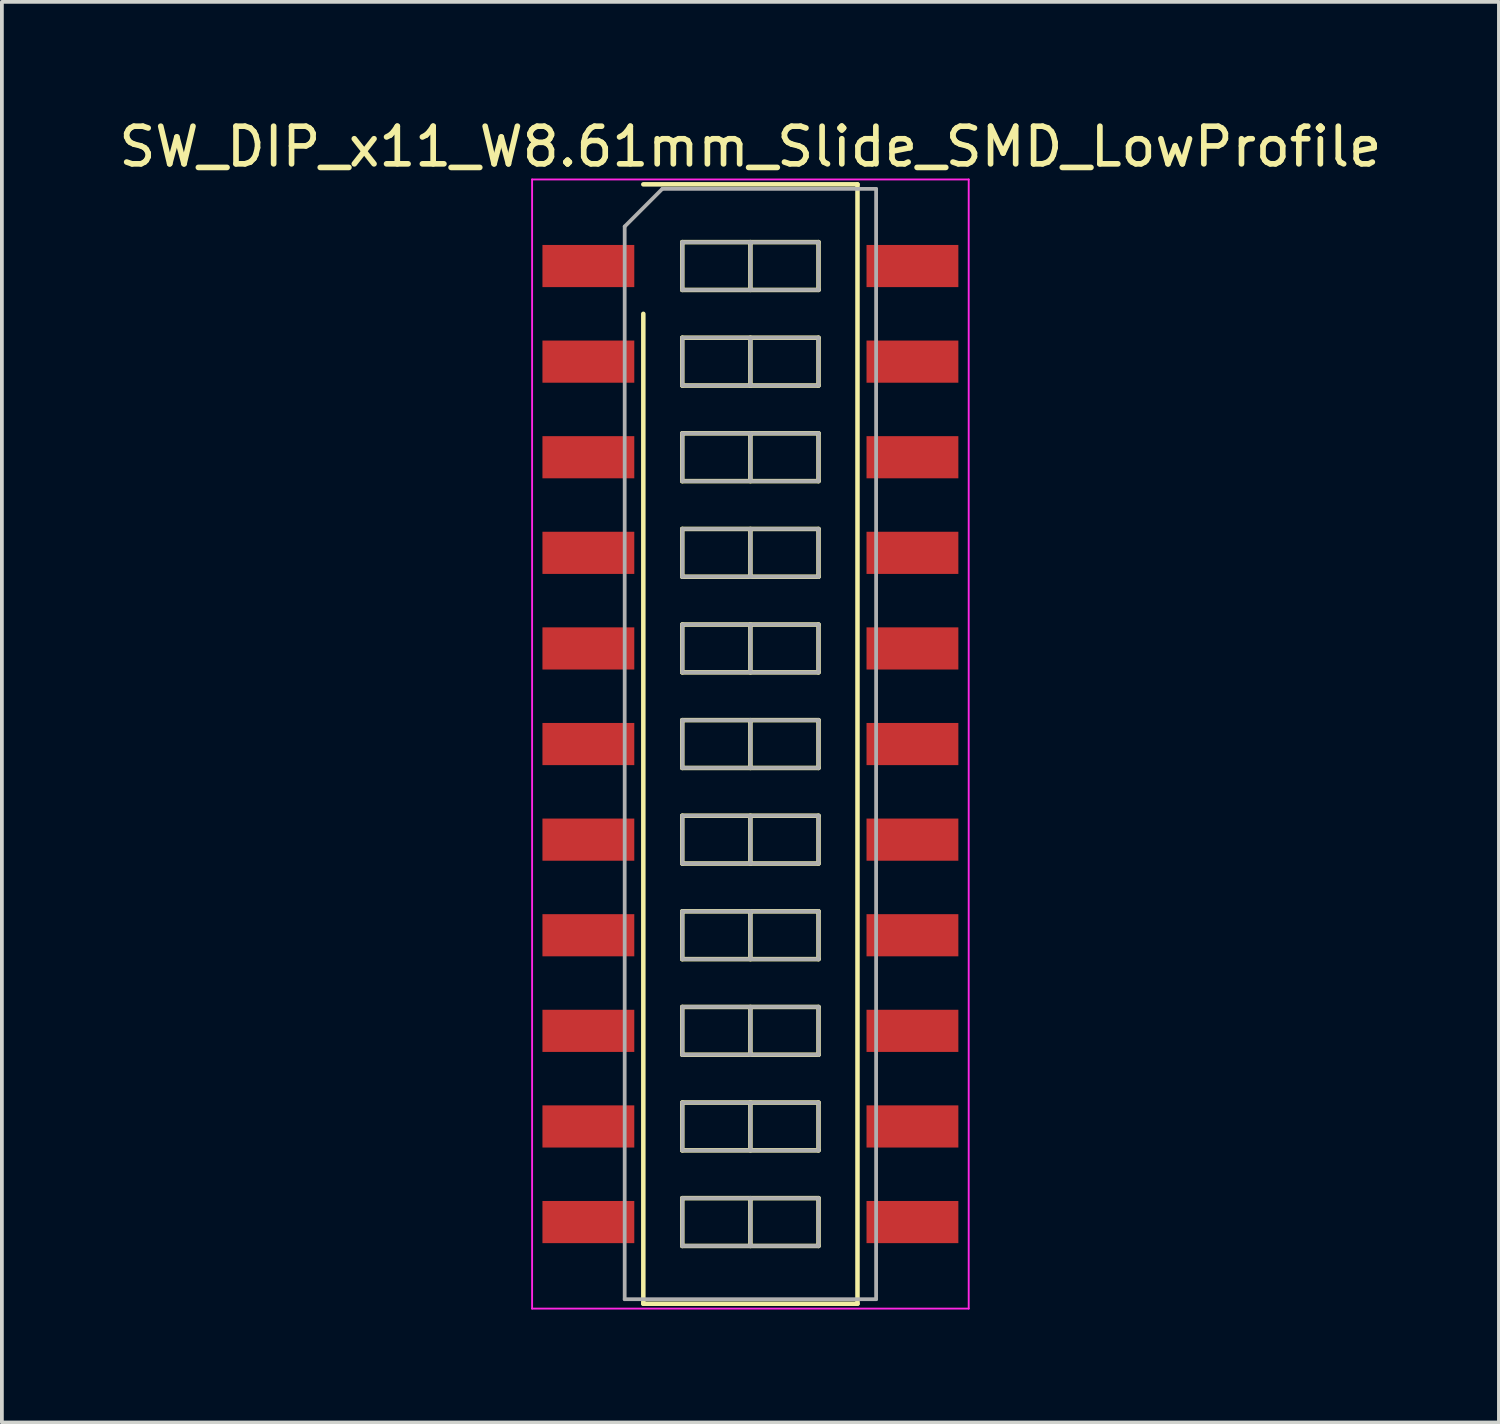
<source format=kicad_pcb>
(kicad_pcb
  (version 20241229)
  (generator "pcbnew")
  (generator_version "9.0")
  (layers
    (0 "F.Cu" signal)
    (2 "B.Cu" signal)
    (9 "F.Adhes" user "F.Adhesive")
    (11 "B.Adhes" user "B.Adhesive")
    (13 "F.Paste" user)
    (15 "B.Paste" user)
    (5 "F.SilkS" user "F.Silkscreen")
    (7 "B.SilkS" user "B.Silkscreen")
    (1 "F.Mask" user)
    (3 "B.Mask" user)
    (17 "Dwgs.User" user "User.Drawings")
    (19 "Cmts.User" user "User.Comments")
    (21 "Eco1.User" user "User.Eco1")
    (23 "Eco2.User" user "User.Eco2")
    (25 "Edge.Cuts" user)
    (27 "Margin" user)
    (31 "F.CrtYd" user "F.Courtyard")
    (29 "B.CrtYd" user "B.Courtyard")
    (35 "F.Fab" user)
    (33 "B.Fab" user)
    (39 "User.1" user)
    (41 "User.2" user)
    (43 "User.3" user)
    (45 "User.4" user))
  (footprint "SW_DIP_x11_W8.61mm_Slide_SMD_LowProfile"
    (layer "F.Cu")
    (at 16.887 16.718)
    (property "Reference" "SW_DIP_x11_W8.61mm_Slide_SMD_LowProfile" (at 0 -15.87 0) (layer "F.SilkS") (effects (font (size 1 1) (thickness 0.15))))
    (attr smd)
    (fp_line (start -2.845 -14.87) (end 2.845 -14.87) (stroke (width 0.12) (type solid)) (layer "F.SilkS"))
    (fp_line (start -2.845 14.87) (end -2.845 -11.43) (stroke (width 0.12) (type solid)) (layer "F.SilkS"))
    (fp_line (start -1.81 -13.335) (end -1.81 -12.065) (stroke (width 0.12) (type solid)) (layer "F.SilkS"))
    (fp_line (start -1.81 -12.065) (end 1.81 -12.065) (stroke (width 0.12) (type solid)) (layer "F.SilkS"))
    (fp_line (start -1.81 -10.795) (end -1.81 -9.525) (stroke (width 0.12) (type solid)) (layer "F.SilkS"))
    (fp_line (start -1.81 -9.525) (end 1.81 -9.525) (stroke (width 0.12) (type solid)) (layer "F.SilkS"))
    (fp_line (start -1.81 -8.255) (end -1.81 -6.985) (stroke (width 0.12) (type solid)) (layer "F.SilkS"))
    (fp_line (start -1.81 -6.985) (end 1.81 -6.985) (stroke (width 0.12) (type solid)) (layer "F.SilkS"))
    (fp_line (start -1.81 -5.715) (end -1.81 -4.445) (stroke (width 0.12) (type solid)) (layer "F.SilkS"))
    (fp_line (start -1.81 -4.445) (end 1.81 -4.445) (stroke (width 0.12) (type solid)) (layer "F.SilkS"))
    (fp_line (start -1.81 -3.175) (end -1.81 -1.905) (stroke (width 0.12) (type solid)) (layer "F.SilkS"))
    (fp_line (start -1.81 -1.905) (end 1.81 -1.905) (stroke (width 0.12) (type solid)) (layer "F.SilkS"))
    (fp_line (start -1.81 -0.635) (end -1.81 0.635) (stroke (width 0.12) (type solid)) (layer "F.SilkS"))
    (fp_line (start -1.81 0.635) (end 1.81 0.635) (stroke (width 0.12) (type solid)) (layer "F.SilkS"))
    (fp_line (start -1.81 1.905) (end -1.81 3.175) (stroke (width 0.12) (type solid)) (layer "F.SilkS"))
    (fp_line (start -1.81 3.175) (end 1.81 3.175) (stroke (width 0.12) (type solid)) (layer "F.SilkS"))
    (fp_line (start -1.81 4.445) (end -1.81 5.715) (stroke (width 0.12) (type solid)) (layer "F.SilkS"))
    (fp_line (start -1.81 5.715) (end 1.81 5.715) (stroke (width 0.12) (type solid)) (layer "F.SilkS"))
    (fp_line (start -1.81 6.985) (end -1.81 8.255) (stroke (width 0.12) (type solid)) (layer "F.SilkS"))
    (fp_line (start -1.81 8.255) (end 1.81 8.255) (stroke (width 0.12) (type solid)) (layer "F.SilkS"))
    (fp_line (start -1.81 9.525) (end -1.81 10.795) (stroke (width 0.12) (type solid)) (layer "F.SilkS"))
    (fp_line (start -1.81 10.795) (end 1.81 10.795) (stroke (width 0.12) (type solid)) (layer "F.SilkS"))
    (fp_line (start -1.81 12.065) (end -1.81 13.335) (stroke (width 0.12) (type solid)) (layer "F.SilkS"))
    (fp_line (start -1.81 13.335) (end 1.81 13.335) (stroke (width 0.12) (type solid)) (layer "F.SilkS"))
    (fp_line (start 0 -13.335) (end 0 -12.065) (stroke (width 0.12) (type solid)) (layer "F.SilkS"))
    (fp_line (start 0 -10.795) (end 0 -9.525) (stroke (width 0.12) (type solid)) (layer "F.SilkS"))
    (fp_line (start 0 -8.255) (end 0 -6.985) (stroke (width 0.12) (type solid)) (layer "F.SilkS"))
    (fp_line (start 0 -5.715) (end 0 -4.445) (stroke (width 0.12) (type solid)) (layer "F.SilkS"))
    (fp_line (start 0 -3.175) (end 0 -1.905) (stroke (width 0.12) (type solid)) (layer "F.SilkS"))
    (fp_line (start 0 -0.635) (end 0 0.635) (stroke (width 0.12) (type solid)) (layer "F.SilkS"))
    (fp_line (start 0 1.905) (end 0 3.175) (stroke (width 0.12) (type solid)) (layer "F.SilkS"))
    (fp_line (start 0 4.445) (end 0 5.715) (stroke (width 0.12) (type solid)) (layer "F.SilkS"))
    (fp_line (start 0 6.985) (end 0 8.255) (stroke (width 0.12) (type solid)) (layer "F.SilkS"))
    (fp_line (start 0 9.525) (end 0 10.795) (stroke (width 0.12) (type solid)) (layer "F.SilkS"))
    (fp_line (start 0 12.065) (end 0 13.335) (stroke (width 0.12) (type solid)) (layer "F.SilkS"))
    (fp_line (start 1.81 -13.335) (end -1.81 -13.335) (stroke (width 0.12) (type solid)) (layer "F.SilkS"))
    (fp_line (start 1.81 -12.065) (end 1.81 -13.335) (stroke (width 0.12) (type solid)) (layer "F.SilkS"))
    (fp_line (start 1.81 -10.795) (end -1.81 -10.795) (stroke (width 0.12) (type solid)) (layer "F.SilkS"))
    (fp_line (start 1.81 -9.525) (end 1.81 -10.795) (stroke (width 0.12) (type solid)) (layer "F.SilkS"))
    (fp_line (start 1.81 -8.255) (end -1.81 -8.255) (stroke (width 0.12) (type solid)) (layer "F.SilkS"))
    (fp_line (start 1.81 -6.985) (end 1.81 -8.255) (stroke (width 0.12) (type solid)) (layer "F.SilkS"))
    (fp_line (start 1.81 -5.715) (end -1.81 -5.715) (stroke (width 0.12) (type solid)) (layer "F.SilkS"))
    (fp_line (start 1.81 -4.445) (end 1.81 -5.715) (stroke (width 0.12) (type solid)) (layer "F.SilkS"))
    (fp_line (start 1.81 -3.175) (end -1.81 -3.175) (stroke (width 0.12) (type solid)) (layer "F.SilkS"))
    (fp_line (start 1.81 -1.905) (end 1.81 -3.175) (stroke (width 0.12) (type solid)) (layer "F.SilkS"))
    (fp_line (start 1.81 -0.635) (end -1.81 -0.635) (stroke (width 0.12) (type solid)) (layer "F.SilkS"))
    (fp_line (start 1.81 0.635) (end 1.81 -0.635) (stroke (width 0.12) (type solid)) (layer "F.SilkS"))
    (fp_line (start 1.81 1.905) (end -1.81 1.905) (stroke (width 0.12) (type solid)) (layer "F.SilkS"))
    (fp_line (start 1.81 3.175) (end 1.81 1.905) (stroke (width 0.12) (type solid)) (layer "F.SilkS"))
    (fp_line (start 1.81 4.445) (end -1.81 4.445) (stroke (width 0.12) (type solid)) (layer "F.SilkS"))
    (fp_line (start 1.81 5.715) (end 1.81 4.445) (stroke (width 0.12) (type solid)) (layer "F.SilkS"))
    (fp_line (start 1.81 6.985) (end -1.81 6.985) (stroke (width 0.12) (type solid)) (layer "F.SilkS"))
    (fp_line (start 1.81 8.255) (end 1.81 6.985) (stroke (width 0.12) (type solid)) (layer "F.SilkS"))
    (fp_line (start 1.81 9.525) (end -1.81 9.525) (stroke (width 0.12) (type solid)) (layer "F.SilkS"))
    (fp_line (start 1.81 10.795) (end 1.81 9.525) (stroke (width 0.12) (type solid)) (layer "F.SilkS"))
    (fp_line (start 1.81 12.065) (end -1.81 12.065) (stroke (width 0.12) (type solid)) (layer "F.SilkS"))
    (fp_line (start 1.81 13.335) (end 1.81 12.065) (stroke (width 0.12) (type solid)) (layer "F.SilkS"))
    (fp_line (start 2.845 -14.87) (end 2.845 14.87) (stroke (width 0.12) (type solid)) (layer "F.SilkS"))
    (fp_line (start 2.845 14.87) (end -2.845 14.87) (stroke (width 0.12) (type solid)) (layer "F.SilkS"))
    (fp_line (start -5.8 -15) (end -5.8 15) (stroke (width 0.05) (type solid)) (layer "F.CrtYd"))
    (fp_line (start -5.8 15) (end 5.8 15) (stroke (width 0.05) (type solid)) (layer "F.CrtYd"))
    (fp_line (start 5.8 -15) (end -5.8 -15) (stroke (width 0.05) (type solid)) (layer "F.CrtYd"))
    (fp_line (start 5.8 15) (end 5.8 -15) (stroke (width 0.05) (type solid)) (layer "F.CrtYd"))
    (fp_line (start -3.34 -13.75) (end -2.34 -14.75) (stroke (width 0.1) (type solid)) (layer "F.Fab"))
    (fp_line (start -3.34 14.75) (end -3.34 -13.75) (stroke (width 0.1) (type solid)) (layer "F.Fab"))
    (fp_line (start -2.34 -14.75) (end 3.34 -14.75) (stroke (width 0.1) (type solid)) (layer "F.Fab"))
    (fp_line (start -1.81 -13.335) (end -1.81 -12.065) (stroke (width 0.1) (type solid)) (layer "F.Fab"))
    (fp_line (start -1.81 -12.065) (end 1.81 -12.065) (stroke (width 0.1) (type solid)) (layer "F.Fab"))
    (fp_line (start -1.81 -10.795) (end -1.81 -9.525) (stroke (width 0.1) (type solid)) (layer "F.Fab"))
    (fp_line (start -1.81 -9.525) (end 1.81 -9.525) (stroke (width 0.1) (type solid)) (layer "F.Fab"))
    (fp_line (start -1.81 -8.255) (end -1.81 -6.985) (stroke (width 0.1) (type solid)) (layer "F.Fab"))
    (fp_line (start -1.81 -6.985) (end 1.81 -6.985) (stroke (width 0.1) (type solid)) (layer "F.Fab"))
    (fp_line (start -1.81 -5.715) (end -1.81 -4.445) (stroke (width 0.1) (type solid)) (layer "F.Fab"))
    (fp_line (start -1.81 -4.445) (end 1.81 -4.445) (stroke (width 0.1) (type solid)) (layer "F.Fab"))
    (fp_line (start -1.81 -3.175) (end -1.81 -1.905) (stroke (width 0.1) (type solid)) (layer "F.Fab"))
    (fp_line (start -1.81 -1.905) (end 1.81 -1.905) (stroke (width 0.1) (type solid)) (layer "F.Fab"))
    (fp_line (start -1.81 -0.635) (end -1.81 0.635) (stroke (width 0.1) (type solid)) (layer "F.Fab"))
    (fp_line (start -1.81 0.635) (end 1.81 0.635) (stroke (width 0.1) (type solid)) (layer "F.Fab"))
    (fp_line (start -1.81 1.905) (end -1.81 3.175) (stroke (width 0.1) (type solid)) (layer "F.Fab"))
    (fp_line (start -1.81 3.175) (end 1.81 3.175) (stroke (width 0.1) (type solid)) (layer "F.Fab"))
    (fp_line (start -1.81 4.445) (end -1.81 5.715) (stroke (width 0.1) (type solid)) (layer "F.Fab"))
    (fp_line (start -1.81 5.715) (end 1.81 5.715) (stroke (width 0.1) (type solid)) (layer "F.Fab"))
    (fp_line (start -1.81 6.985) (end -1.81 8.255) (stroke (width 0.1) (type solid)) (layer "F.Fab"))
    (fp_line (start -1.81 8.255) (end 1.81 8.255) (stroke (width 0.1) (type solid)) (layer "F.Fab"))
    (fp_line (start -1.81 9.525) (end -1.81 10.795) (stroke (width 0.1) (type solid)) (layer "F.Fab"))
    (fp_line (start -1.81 10.795) (end 1.81 10.795) (stroke (width 0.1) (type solid)) (layer "F.Fab"))
    (fp_line (start -1.81 12.065) (end -1.81 13.335) (stroke (width 0.1) (type solid)) (layer "F.Fab"))
    (fp_line (start -1.81 13.335) (end 1.81 13.335) (stroke (width 0.1) (type solid)) (layer "F.Fab"))
    (fp_line (start 0 -13.335) (end 0 -12.065) (stroke (width 0.1) (type solid)) (layer "F.Fab"))
    (fp_line (start 0 -10.795) (end 0 -9.525) (stroke (width 0.1) (type solid)) (layer "F.Fab"))
    (fp_line (start 0 -8.255) (end 0 -6.985) (stroke (width 0.1) (type solid)) (layer "F.Fab"))
    (fp_line (start 0 -5.715) (end 0 -4.445) (stroke (width 0.1) (type solid)) (layer "F.Fab"))
    (fp_line (start 0 -3.175) (end 0 -1.905) (stroke (width 0.1) (type solid)) (layer "F.Fab"))
    (fp_line (start 0 -0.635) (end 0 0.635) (stroke (width 0.1) (type solid)) (layer "F.Fab"))
    (fp_line (start 0 1.905) (end 0 3.175) (stroke (width 0.1) (type solid)) (layer "F.Fab"))
    (fp_line (start 0 4.445) (end 0 5.715) (stroke (width 0.1) (type solid)) (layer "F.Fab"))
    (fp_line (start 0 6.985) (end 0 8.255) (stroke (width 0.1) (type solid)) (layer "F.Fab"))
    (fp_line (start 0 9.525) (end 0 10.795) (stroke (width 0.1) (type solid)) (layer "F.Fab"))
    (fp_line (start 0 12.065) (end 0 13.335) (stroke (width 0.1) (type solid)) (layer "F.Fab"))
    (fp_line (start 1.81 -13.335) (end -1.81 -13.335) (stroke (width 0.1) (type solid)) (layer "F.Fab"))
    (fp_line (start 1.81 -12.065) (end 1.81 -13.335) (stroke (width 0.1) (type solid)) (layer "F.Fab"))
    (fp_line (start 1.81 -10.795) (end -1.81 -10.795) (stroke (width 0.1) (type solid)) (layer "F.Fab"))
    (fp_line (start 1.81 -9.525) (end 1.81 -10.795) (stroke (width 0.1) (type solid)) (layer "F.Fab"))
    (fp_line (start 1.81 -8.255) (end -1.81 -8.255) (stroke (width 0.1) (type solid)) (layer "F.Fab"))
    (fp_line (start 1.81 -6.985) (end 1.81 -8.255) (stroke (width 0.1) (type solid)) (layer "F.Fab"))
    (fp_line (start 1.81 -5.715) (end -1.81 -5.715) (stroke (width 0.1) (type solid)) (layer "F.Fab"))
    (fp_line (start 1.81 -4.445) (end 1.81 -5.715) (stroke (width 0.1) (type solid)) (layer "F.Fab"))
    (fp_line (start 1.81 -3.175) (end -1.81 -3.175) (stroke (width 0.1) (type solid)) (layer "F.Fab"))
    (fp_line (start 1.81 -1.905) (end 1.81 -3.175) (stroke (width 0.1) (type solid)) (layer "F.Fab"))
    (fp_line (start 1.81 -0.635) (end -1.81 -0.635) (stroke (width 0.1) (type solid)) (layer "F.Fab"))
    (fp_line (start 1.81 0.635) (end 1.81 -0.635) (stroke (width 0.1) (type solid)) (layer "F.Fab"))
    (fp_line (start 1.81 1.905) (end -1.81 1.905) (stroke (width 0.1) (type solid)) (layer "F.Fab"))
    (fp_line (start 1.81 3.175) (end 1.81 1.905) (stroke (width 0.1) (type solid)) (layer "F.Fab"))
    (fp_line (start 1.81 4.445) (end -1.81 4.445) (stroke (width 0.1) (type solid)) (layer "F.Fab"))
    (fp_line (start 1.81 5.715) (end 1.81 4.445) (stroke (width 0.1) (type solid)) (layer "F.Fab"))
    (fp_line (start 1.81 6.985) (end -1.81 6.985) (stroke (width 0.1) (type solid)) (layer "F.Fab"))
    (fp_line (start 1.81 8.255) (end 1.81 6.985) (stroke (width 0.1) (type solid)) (layer "F.Fab"))
    (fp_line (start 1.81 9.525) (end -1.81 9.525) (stroke (width 0.1) (type solid)) (layer "F.Fab"))
    (fp_line (start 1.81 10.795) (end 1.81 9.525) (stroke (width 0.1) (type solid)) (layer "F.Fab"))
    (fp_line (start 1.81 12.065) (end -1.81 12.065) (stroke (width 0.1) (type solid)) (layer "F.Fab"))
    (fp_line (start 1.81 13.335) (end 1.81 12.065) (stroke (width 0.1) (type solid)) (layer "F.Fab"))
    (fp_line (start 3.34 -14.75) (end 3.34 14.75) (stroke (width 0.1) (type solid)) (layer "F.Fab"))
    (fp_line (start 3.34 14.75) (end -3.34 14.75) (stroke (width 0.1) (type solid)) (layer "F.Fab"))
    (pad "1" smd rect (at -4.305 -12.7) (size 2.44 1.12) (layers "F.Cu" "F.Mask"))
    (pad "2" smd rect (at -4.305 -10.16) (size 2.44 1.12) (layers "F.Cu" "F.Mask"))
    (pad "3" smd rect (at -4.305 -7.62) (size 2.44 1.12) (layers "F.Cu" "F.Mask"))
    (pad "4" smd rect (at -4.305 -5.08) (size 2.44 1.12) (layers "F.Cu" "F.Mask"))
    (pad "5" smd rect (at -4.305 -2.54) (size 2.44 1.12) (layers "F.Cu" "F.Mask"))
    (pad "6" smd rect (at -4.305 0) (size 2.44 1.12) (layers "F.Cu" "F.Mask"))
    (pad "7" smd rect (at -4.305 2.54) (size 2.44 1.12) (layers "F.Cu" "F.Mask"))
    (pad "8" smd rect (at -4.305 5.08) (size 2.44 1.12) (layers "F.Cu" "F.Mask"))
    (pad "9" smd rect (at -4.305 7.62) (size 2.44 1.12) (layers "F.Cu" "F.Mask"))
    (pad "10" smd rect (at -4.305 10.16) (size 2.44 1.12) (layers "F.Cu" "F.Mask"))
    (pad "11" smd rect (at -4.305 12.7) (size 2.44 1.12) (layers "F.Cu" "F.Mask"))
    (pad "12" smd rect (at 4.305 12.7) (size 2.44 1.12) (layers "F.Cu" "F.Mask"))
    (pad "13" smd rect (at 4.305 10.16) (size 2.44 1.12) (layers "F.Cu" "F.Mask"))
    (pad "14" smd rect (at 4.305 7.62) (size 2.44 1.12) (layers "F.Cu" "F.Mask"))
    (pad "15" smd rect (at 4.305 5.08) (size 2.44 1.12) (layers "F.Cu" "F.Mask"))
    (pad "16" smd rect (at 4.305 2.54) (size 2.44 1.12) (layers "F.Cu" "F.Mask"))
    (pad "17" smd rect (at 4.305 0) (size 2.44 1.12) (layers "F.Cu" "F.Mask"))
    (pad "18" smd rect (at 4.305 -2.54) (size 2.44 1.12) (layers "F.Cu" "F.Mask"))
    (pad "19" smd rect (at 4.305 -5.08) (size 2.44 1.12) (layers "F.Cu" "F.Mask"))
    (pad "20" smd rect (at 4.305 -7.62) (size 2.44 1.12) (layers "F.Cu" "F.Mask"))
    (pad "21" smd rect (at 4.305 -10.16) (size 2.44 1.12) (layers "F.Cu" "F.Mask"))
    (pad "22" smd rect (at 4.305 -12.7) (size 2.44 1.12) (layers "F.Cu" "F.Mask")))
  (gr_rect
    (start -3 -3)
    (end 36.774 34.743)
    (stroke (width 0.1) (type default))
    (fill no)
    (layer "Edge.Cuts")))
</source>
